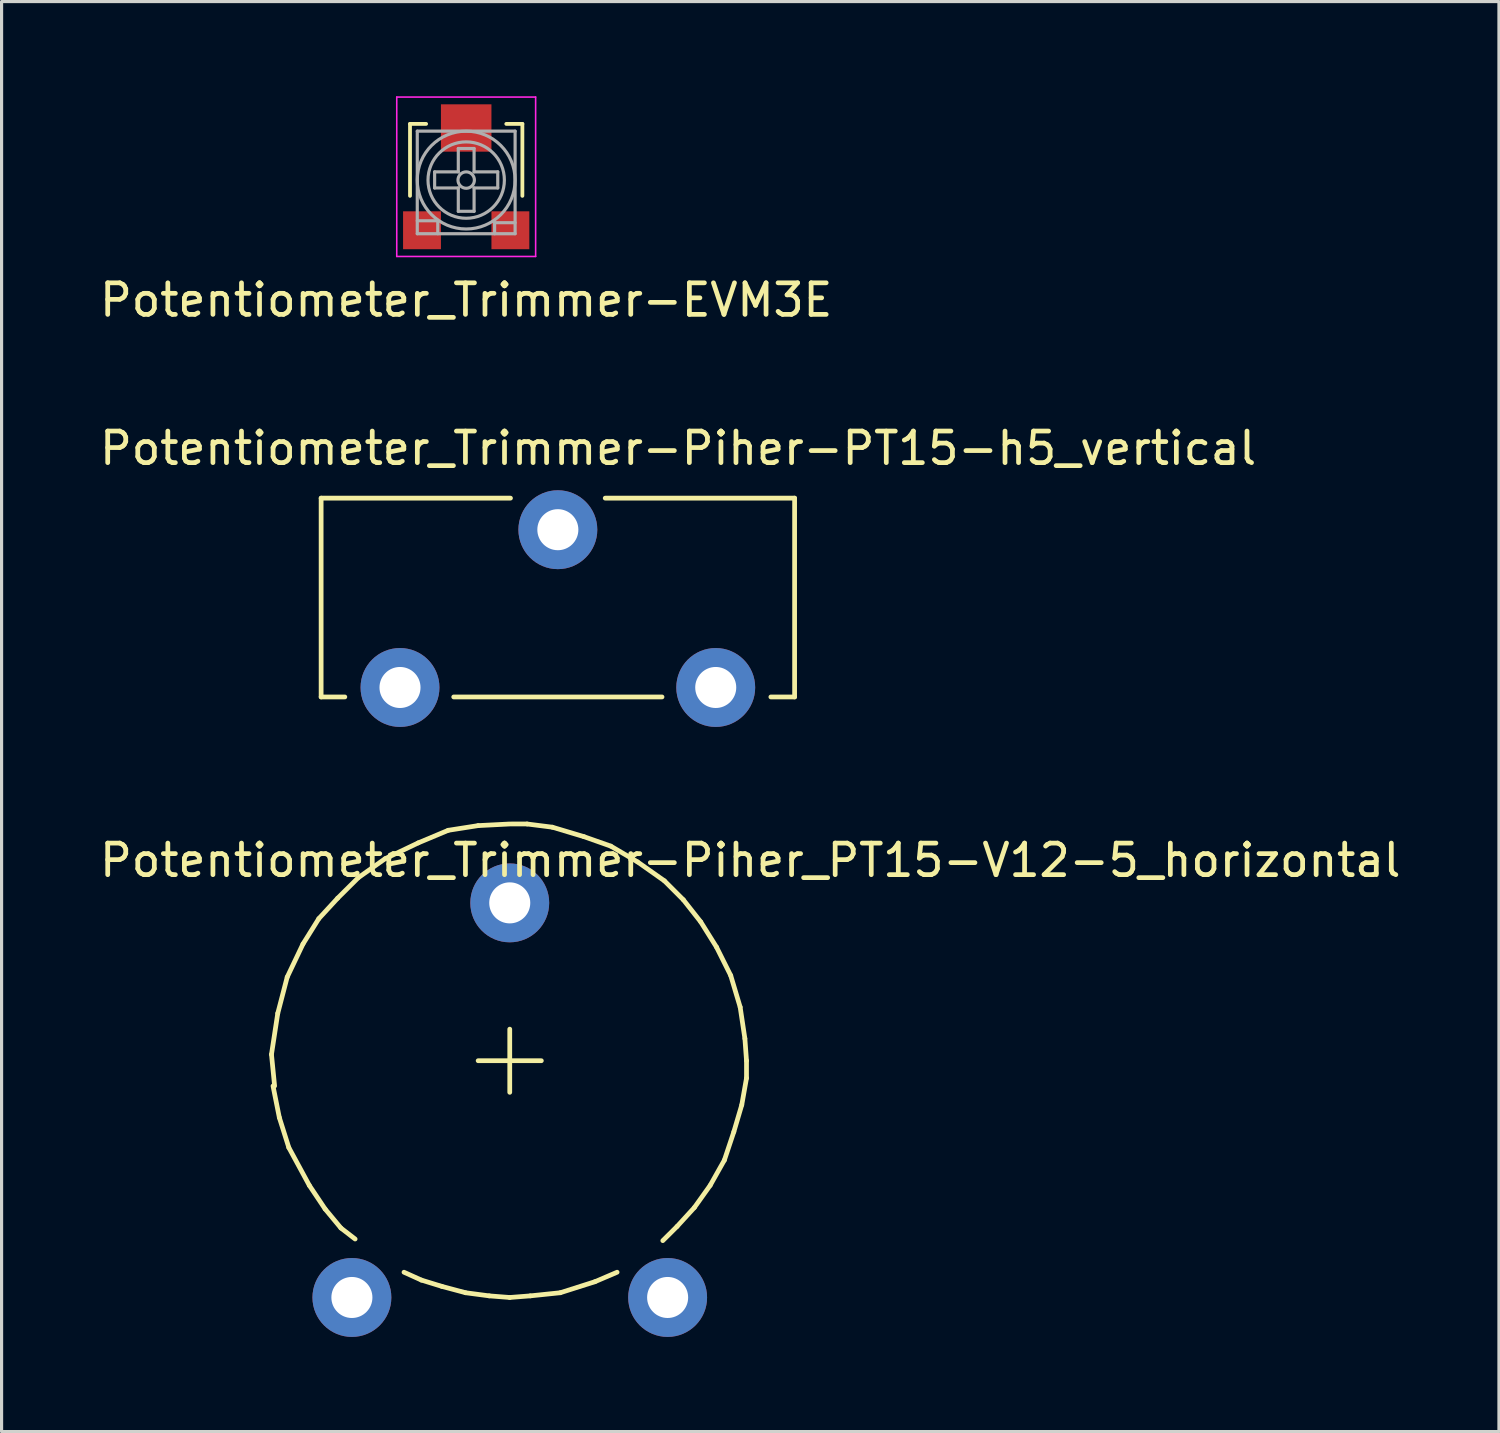
<source format=kicad_pcb>
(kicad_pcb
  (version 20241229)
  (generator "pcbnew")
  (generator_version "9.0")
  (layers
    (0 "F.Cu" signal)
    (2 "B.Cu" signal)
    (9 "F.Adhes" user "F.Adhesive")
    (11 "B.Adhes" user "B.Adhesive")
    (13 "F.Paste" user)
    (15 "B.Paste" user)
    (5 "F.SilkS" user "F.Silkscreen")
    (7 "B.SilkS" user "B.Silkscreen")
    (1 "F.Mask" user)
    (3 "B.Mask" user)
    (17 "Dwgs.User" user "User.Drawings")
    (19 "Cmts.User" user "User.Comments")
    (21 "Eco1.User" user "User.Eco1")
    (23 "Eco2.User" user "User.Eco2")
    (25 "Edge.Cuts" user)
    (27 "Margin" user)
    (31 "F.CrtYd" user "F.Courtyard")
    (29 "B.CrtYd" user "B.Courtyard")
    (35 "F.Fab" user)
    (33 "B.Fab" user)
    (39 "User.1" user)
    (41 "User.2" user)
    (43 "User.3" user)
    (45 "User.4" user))
  (footprint "Potentiometer_Trimmer-Piher-PT15-h5_vertical"
    (layer "F.Cu")
    (at 9.623 18.731)
    (property "Reference" "Potentiometer_Trimmer-Piher-PT15-h5_vertical" (at 8.811 -7.579 0) (layer "F.SilkS") (effects (font (size 1 1) (thickness 0.15))))
    (attr through_hole)
    (fp_line (start -2.499 -5.999) (end -2.499 0.3) (stroke (width 0.15) (type solid)) (layer "F.SilkS"))
    (fp_line (start -2.499 0.3) (end -1.748 0.3) (stroke (width 0.15) (type solid)) (layer "F.SilkS"))
    (fp_line (start 1.702 0.3) (end 8.301 0.3) (stroke (width 0.15) (type solid)) (layer "F.SilkS"))
    (fp_line (start 3.5 -5.999) (end -2.499 -5.999) (stroke (width 0.15) (type solid)) (layer "F.SilkS"))
    (fp_line (start 11.75 0.3) (end 12.502 0.3) (stroke (width 0.15) (type solid)) (layer "F.SilkS"))
    (fp_line (start 12.502 -5.999) (end 6.502 -5.999) (stroke (width 0.15) (type solid)) (layer "F.SilkS"))
    (fp_line (start 12.502 0.3) (end 12.502 -5.999) (stroke (width 0.15) (type solid)) (layer "F.SilkS"))
    (pad "1" thru_hole circle (at 0 0) (size 2.499 2.499) (drill 1.3) (layers "*.Cu" "*.Mask"))
    (pad "2" thru_hole circle (at 5.001 -4.999) (size 2.499 2.499) (drill 1.3) (layers "*.Cu" "*.Mask"))
    (pad "3" thru_hole circle (at 10.003 0) (size 2.499 2.499) (drill 1.3) (layers "*.Cu" "*.Mask")))
  (footprint "Potentiometer_Trimmer-EVM3E"
    (layer "F.Cu")
    (at 11.72 2.625)
    (property "Reference" "Potentiometer_Trimmer-EVM3E" (at 0 3.83 0) (layer "F.SilkS") (effects (font (size 1 1) (thickness 0.15))))
    (attr smd)
    (fp_line (start -1.78 -1.75) (end -1.27 -1.75) (stroke (width 0.12) (type solid)) (layer "F.SilkS"))
    (fp_line (start -1.78 0.53) (end -1.78 -1.75) (stroke (width 0.12) (type solid)) (layer "F.SilkS"))
    (fp_line (start 1.27 -1.75) (end 1.78 -1.75) (stroke (width 0.12) (type solid)) (layer "F.SilkS"))
    (fp_line (start 1.78 -1.75) (end 1.78 0.53) (stroke (width 0.12) (type solid)) (layer "F.SilkS"))
    (fp_line (start -2.2 -2.6) (end 2.2 -2.6) (stroke (width 0.05) (type solid)) (layer "F.CrtYd"))
    (fp_line (start -2.2 2.45) (end -2.2 -2.6) (stroke (width 0.05) (type solid)) (layer "F.CrtYd"))
    (fp_line (start 2.2 -2.6) (end 2.2 2.45) (stroke (width 0.05) (type solid)) (layer "F.CrtYd"))
    (fp_line (start 2.2 2.45) (end -2.2 2.45) (stroke (width 0.05) (type solid)) (layer "F.CrtYd"))
    (fp_line (start -1.55 -1.52) (end 1.55 -1.52) (stroke (width 0.1) (type solid)) (layer "F.Fab"))
    (fp_line (start -1.55 1.32) (end -0.9 1.32) (stroke (width 0.1) (type solid)) (layer "F.Fab"))
    (fp_line (start -1.55 1.73) (end -1.55 -1.52) (stroke (width 0.1) (type solid)) (layer "F.Fab"))
    (fp_line (start -1 -0.23) (end -0.25 -0.23) (stroke (width 0.1) (type solid)) (layer "F.Fab"))
    (fp_line (start -1 0.28) (end -1 -0.23) (stroke (width 0.1) (type solid)) (layer "F.Fab"))
    (fp_line (start -0.9 1.32) (end -0.9 1.73) (stroke (width 0.1) (type solid)) (layer "F.Fab"))
    (fp_line (start -0.25 -0.97) (end 0.25 -0.97) (stroke (width 0.1) (type solid)) (layer "F.Fab"))
    (fp_line (start -0.25 -0.23) (end -0.25 -0.97) (stroke (width 0.1) (type solid)) (layer "F.Fab"))
    (fp_line (start -0.25 0.28) (end -1 0.28) (stroke (width 0.1) (type solid)) (layer "F.Fab"))
    (fp_line (start -0.25 1.02) (end -0.25 0.28) (stroke (width 0.1) (type solid)) (layer "F.Fab"))
    (fp_line (start 0.25 -0.97) (end 0.25 -0.23) (stroke (width 0.1) (type solid)) (layer "F.Fab"))
    (fp_line (start 0.25 -0.23) (end 1 -0.23) (stroke (width 0.1) (type solid)) (layer "F.Fab"))
    (fp_line (start 0.25 0.28) (end 0.25 1.02) (stroke (width 0.1) (type solid)) (layer "F.Fab"))
    (fp_line (start 0.25 1.02) (end -0.25 1.02) (stroke (width 0.1) (type solid)) (layer "F.Fab"))
    (fp_line (start 0.9 1.38) (end 0.9 1.73) (stroke (width 0.1) (type solid)) (layer "F.Fab"))
    (fp_line (start 1 -0.23) (end 1 0.28) (stroke (width 0.1) (type solid)) (layer "F.Fab"))
    (fp_line (start 1 0.28) (end 0.25 0.28) (stroke (width 0.1) (type solid)) (layer "F.Fab"))
    (fp_line (start 1.55 -1.52) (end 1.55 1.73) (stroke (width 0.1) (type solid)) (layer "F.Fab"))
    (fp_line (start 1.55 1.38) (end 0.9 1.38) (stroke (width 0.1) (type solid)) (layer "F.Fab"))
    (fp_line (start 1.55 1.73) (end -1.55 1.73) (stroke (width 0.1) (type solid)) (layer "F.Fab"))
    (fp_circle (center 0 0.03) (end 0 -1.52) (stroke (width 0.1) (type solid)) (fill no) (layer "F.Fab"))
    (fp_circle (center 0 0.03) (end 0 -1.18) (stroke (width 0.1) (type solid)) (fill no) (layer "F.Fab"))
    (fp_circle (center 0 0.03) (end 0 -0.23) (stroke (width 0.1) (type solid)) (fill no) (layer "F.Fab"))
    (pad "1" smd rect (at -1.4 1.62) (size 1.2 1.2) (layers "F.Cu" "F.Mask" "F.Paste"))
    (pad "2" smd rect (at 0 -1.62) (size 1.6 1.5) (layers "F.Cu" "F.Mask" "F.Paste"))
    (pad "3" smd rect (at 1.4 1.62) (size 1.2 1.2) (layers "F.Cu" "F.Mask" "F.Paste")))
  (footprint "Potentiometer_Trimmer-Piher_PT15-V12-5_horizontal"
    (layer "F.Cu")
    (at 8.099 38.057)
    (property "Reference" "Potentiometer_Trimmer-Piher_PT15-V12-5_horizontal" (at 12.621 -13.851 0) (layer "F.SilkS") (effects (font (size 1 1) (thickness 0.15))))
    (attr through_hole)
    (fp_line (start -2.548 -7.701) (end -2.449 -6.701) (stroke (width 0.15) (type solid)) (layer "F.SilkS"))
    (fp_line (start -2.499 -6.701) (end -2.299 -5.7) (stroke (width 0.15) (type solid)) (layer "F.SilkS"))
    (fp_line (start -2.349 -9.002) (end -2.548 -7.701) (stroke (width 0.15) (type solid)) (layer "F.SilkS"))
    (fp_line (start -2.299 -5.7) (end -1.999 -4.75) (stroke (width 0.15) (type solid)) (layer "F.SilkS"))
    (fp_line (start -2.05 -10.15) (end -2.349 -9.002) (stroke (width 0.15) (type solid)) (layer "F.SilkS"))
    (fp_line (start -1.999 -4.75) (end -1.349 -3.551) (stroke (width 0.15) (type solid)) (layer "F.SilkS"))
    (fp_line (start -1.549 -11.201) (end -2.05 -10.15) (stroke (width 0.15) (type solid)) (layer "F.SilkS"))
    (fp_line (start -1.349 -3.551) (end -0.848 -2.802) (stroke (width 0.15) (type solid)) (layer "F.SilkS"))
    (fp_line (start -1.049 -12.002) (end -1.549 -11.201) (stroke (width 0.15) (type solid)) (layer "F.SilkS"))
    (fp_line (start -0.848 -2.802) (end -0.348 -2.2) (stroke (width 0.15) (type solid)) (layer "F.SilkS"))
    (fp_line (start -0.45 -12.652) (end -1.049 -12.002) (stroke (width 0.15) (type solid)) (layer "F.SilkS"))
    (fp_line (start -0.348 -2.2) (end 0.102 -1.852) (stroke (width 0.15) (type solid)) (layer "F.SilkS"))
    (fp_line (start 0.201 -13.299) (end -0.45 -12.652) (stroke (width 0.15) (type solid)) (layer "F.SilkS"))
    (fp_line (start 1.052 -13.901) (end 0.201 -13.299) (stroke (width 0.15) (type solid)) (layer "F.SilkS"))
    (fp_line (start 1.651 -0.8) (end 2.202 -0.551) (stroke (width 0.15) (type solid)) (layer "F.SilkS"))
    (fp_line (start 2.101 -14.402) (end 1.052 -13.901) (stroke (width 0.15) (type solid)) (layer "F.SilkS"))
    (fp_line (start 2.202 -0.551) (end 2.852 -0.351) (stroke (width 0.15) (type solid)) (layer "F.SilkS"))
    (fp_line (start 2.852 -0.351) (end 3.602 -0.15) (stroke (width 0.15) (type solid)) (layer "F.SilkS"))
    (fp_line (start 3.051 -14.801) (end 2.101 -14.402) (stroke (width 0.15) (type solid)) (layer "F.SilkS"))
    (fp_line (start 3.602 -0.15) (end 4.351 -0.051) (stroke (width 0.15) (type solid)) (layer "F.SilkS"))
    (fp_line (start 4 -14.95) (end 3.051 -14.801) (stroke (width 0.15) (type solid)) (layer "F.SilkS"))
    (fp_line (start 4 -7.501) (end 6.002 -7.501) (stroke (width 0.15) (type solid)) (layer "F.SilkS"))
    (fp_line (start 4.351 -0.051) (end 5.001 0) (stroke (width 0.15) (type solid)) (layer "F.SilkS"))
    (fp_line (start 5.001 -15.001) (end 4 -14.95) (stroke (width 0.15) (type solid)) (layer "F.SilkS"))
    (fp_line (start 5.001 -8.501) (end 5.001 -6.5) (stroke (width 0.15) (type solid)) (layer "F.SilkS"))
    (fp_line (start 5.001 0) (end 5.652 -0.051) (stroke (width 0.15) (type solid)) (layer "F.SilkS"))
    (fp_line (start 5.552 -15.001) (end 5.052 -15.001) (stroke (width 0.15) (type solid)) (layer "F.SilkS"))
    (fp_line (start 5.652 -0.051) (end 6.601 -0.15) (stroke (width 0.15) (type solid)) (layer "F.SilkS"))
    (fp_line (start 6.35 -14.9) (end 5.552 -15.001) (stroke (width 0.15) (type solid)) (layer "F.SilkS"))
    (fp_line (start 6.601 -0.15) (end 7.701 -0.5) (stroke (width 0.15) (type solid)) (layer "F.SilkS"))
    (fp_line (start 7.351 -14.6) (end 6.35 -14.9) (stroke (width 0.15) (type solid)) (layer "F.SilkS"))
    (fp_line (start 7.701 -0.5) (end 8.402 -0.8) (stroke (width 0.15) (type solid)) (layer "F.SilkS"))
    (fp_line (start 8.202 -14.3) (end 7.351 -14.6) (stroke (width 0.15) (type solid)) (layer "F.SilkS"))
    (fp_line (start 9.05 -13.8) (end 8.202 -14.3) (stroke (width 0.15) (type solid)) (layer "F.SilkS"))
    (fp_line (start 9.85 -1.801) (end 10.302 -2.25) (stroke (width 0.15) (type solid)) (layer "F.SilkS"))
    (fp_line (start 9.901 -13.2) (end 9.05 -13.8) (stroke (width 0.15) (type solid)) (layer "F.SilkS"))
    (fp_line (start 10.302 -2.25) (end 10.851 -2.85) (stroke (width 0.15) (type solid)) (layer "F.SilkS"))
    (fp_line (start 10.5 -12.601) (end 9.901 -13.2) (stroke (width 0.15) (type solid)) (layer "F.SilkS"))
    (fp_line (start 10.851 -2.85) (end 11.351 -3.551) (stroke (width 0.15) (type solid)) (layer "F.SilkS"))
    (fp_line (start 11.052 -11.9) (end 10.5 -12.601) (stroke (width 0.15) (type solid)) (layer "F.SilkS"))
    (fp_line (start 11.351 -3.551) (end 11.801 -4.351) (stroke (width 0.15) (type solid)) (layer "F.SilkS"))
    (fp_line (start 11.552 -11.1) (end 11.052 -11.9) (stroke (width 0.15) (type solid)) (layer "F.SilkS"))
    (fp_line (start 11.801 -4.351) (end 12.101 -5.25) (stroke (width 0.15) (type solid)) (layer "F.SilkS"))
    (fp_line (start 12.002 -10.201) (end 11.552 -11.1) (stroke (width 0.15) (type solid)) (layer "F.SilkS"))
    (fp_line (start 12.101 -5.25) (end 12.352 -6.101) (stroke (width 0.15) (type solid)) (layer "F.SilkS"))
    (fp_line (start 12.301 -9.2) (end 12.002 -10.201) (stroke (width 0.15) (type solid)) (layer "F.SilkS"))
    (fp_line (start 12.352 -6.101) (end 12.502 -6.949) (stroke (width 0.15) (type solid)) (layer "F.SilkS"))
    (fp_line (start 12.451 -8.202) (end 12.301 -9.2) (stroke (width 0.15) (type solid)) (layer "F.SilkS"))
    (fp_line (start 12.502 -7.501) (end 12.451 -8.202) (stroke (width 0.15) (type solid)) (layer "F.SilkS"))
    (fp_line (start 12.502 -6.949) (end 12.502 -7.501) (stroke (width 0.15) (type solid)) (layer "F.SilkS"))
    (pad "1" thru_hole circle (at 0 0) (size 2.499 2.499) (drill 1.3) (layers "*.Cu" "*.Mask"))
    (pad "2" thru_hole circle (at 5.001 -12.502) (size 2.499 2.499) (drill 1.3) (layers "*.Cu" "*.Mask"))
    (pad "3" thru_hole circle (at 10.003 0) (size 2.499 2.499) (drill 1.3) (layers "*.Cu" "*.Mask")))
  (gr_rect
    (start -3 -3)
    (end 44.44 42.306)
    (stroke (width 0.1) (type default))
    (fill no)
    (layer "Edge.Cuts")))
</source>
